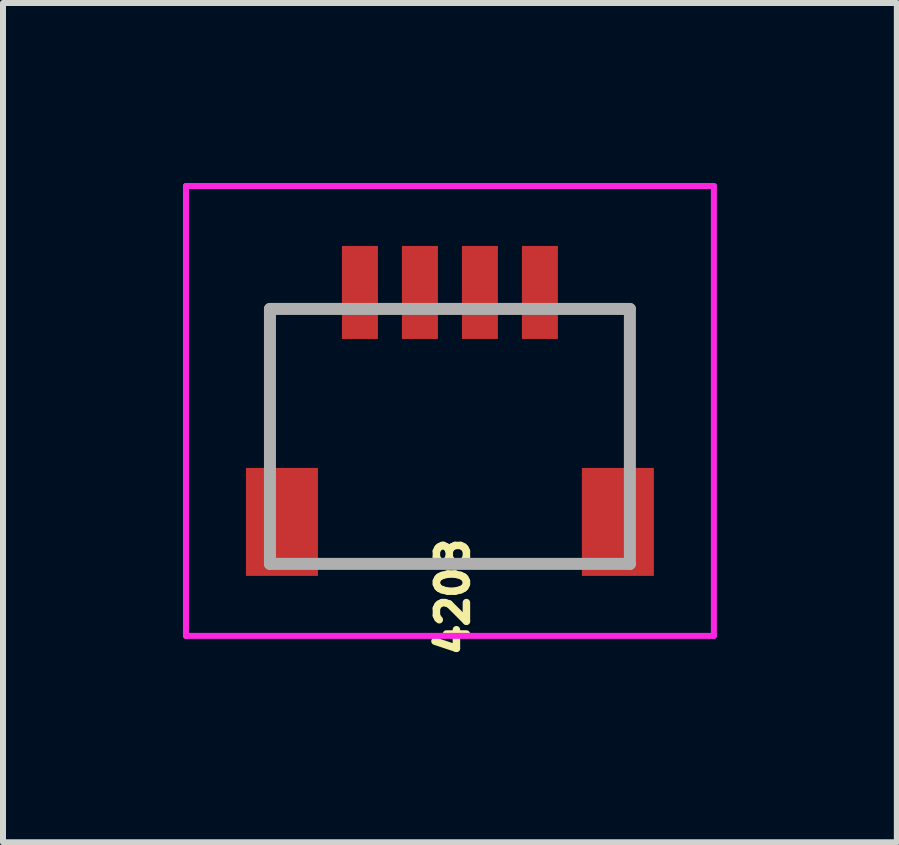
<source format=kicad_pcb>
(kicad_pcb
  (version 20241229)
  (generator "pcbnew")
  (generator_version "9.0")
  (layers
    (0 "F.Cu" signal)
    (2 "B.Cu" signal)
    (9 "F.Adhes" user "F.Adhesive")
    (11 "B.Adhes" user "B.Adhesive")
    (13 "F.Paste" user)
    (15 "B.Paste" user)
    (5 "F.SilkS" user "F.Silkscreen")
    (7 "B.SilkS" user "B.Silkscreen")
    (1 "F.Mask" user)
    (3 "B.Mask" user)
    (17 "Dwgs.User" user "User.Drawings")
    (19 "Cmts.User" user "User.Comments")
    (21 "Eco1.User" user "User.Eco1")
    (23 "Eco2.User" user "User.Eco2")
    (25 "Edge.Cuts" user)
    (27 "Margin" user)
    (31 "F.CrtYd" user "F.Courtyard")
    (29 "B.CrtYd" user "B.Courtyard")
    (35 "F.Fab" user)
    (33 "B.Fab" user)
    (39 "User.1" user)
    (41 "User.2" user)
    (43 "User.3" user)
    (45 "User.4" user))
  (footprint "4208"
    (layer "F.Cu")
    (at 4.45 3.8)
    (property "Reference" "4208" (at 0.05 3.1 270) (layer "F.SilkS") (effects (font (size 0.5 0.5) (thickness 0.254))))
    (attr smd)
    (fp_line (start -3 -1.7) (end -3 0.75) (stroke (width 0.1) (type solid)) (layer "F.SilkS"))
    (fp_line (start -2 -1.7) (end -3 -1.7) (stroke (width 0.1) (type solid)) (layer "F.SilkS"))
    (fp_line (start -2 2.55) (end 2 2.55) (stroke (width 0.1) (type solid)) (layer "F.SilkS"))
    (fp_line (start 2 -1.7) (end 3 -1.7) (stroke (width 0.1) (type solid)) (layer "F.SilkS"))
    (fp_line (start 3 -1.7) (end 3 0.75) (stroke (width 0.1) (type solid)) (layer "F.SilkS"))
    (fp_line (start -4.4 -3.75) (end 4.4 -3.75) (stroke (width 0.1) (type solid)) (layer "F.CrtYd"))
    (fp_line (start -4.4 3.75) (end -4.4 -3.75) (stroke (width 0.1) (type solid)) (layer "F.CrtYd"))
    (fp_line (start 4.4 -3.75) (end 4.4 3.75) (stroke (width 0.1) (type solid)) (layer "F.CrtYd"))
    (fp_line (start 4.4 3.75) (end -4.4 3.75) (stroke (width 0.1) (type solid)) (layer "F.CrtYd"))
    (fp_line (start -3 -1.7) (end 3 -1.7) (stroke (width 0.2) (type solid)) (layer "F.Fab"))
    (fp_line (start -3 2.55) (end -3 -1.7) (stroke (width 0.2) (type solid)) (layer "F.Fab"))
    (fp_line (start 3 -1.7) (end 3 2.55) (stroke (width 0.2) (type solid)) (layer "F.Fab"))
    (fp_line (start 3 2.55) (end -3 2.55) (stroke (width 0.2) (type solid)) (layer "F.Fab"))
    (pad "1" smd rect (at -1.5 -1.975) (size 0.6 1.55) (layers "F.Cu" "F.Mask" "F.Paste"))
    (pad "2" smd rect (at -0.5 -1.975) (size 0.6 1.55) (layers "F.Cu" "F.Mask" "F.Paste"))
    (pad "3" smd rect (at 0.5 -1.975) (size 0.6 1.55) (layers "F.Cu" "F.Mask" "F.Paste"))
    (pad "4" smd rect (at 1.5 -1.975) (size 0.6 1.55) (layers "F.Cu" "F.Mask" "F.Paste"))
    (pad "5" smd rect (at -2.8 1.85) (size 1.2 1.8) (layers "F.Cu" "F.Mask" "F.Paste"))
    (pad "6" smd rect (at 2.8 1.85) (size 1.2 1.8) (layers "F.Cu" "F.Mask" "F.Paste")))
  (gr_rect
    (start -3 -3)
    (end 11.9 10.99)
    (stroke (width 0.1) (type default))
    (fill no)
    (layer "Edge.Cuts")))
</source>
